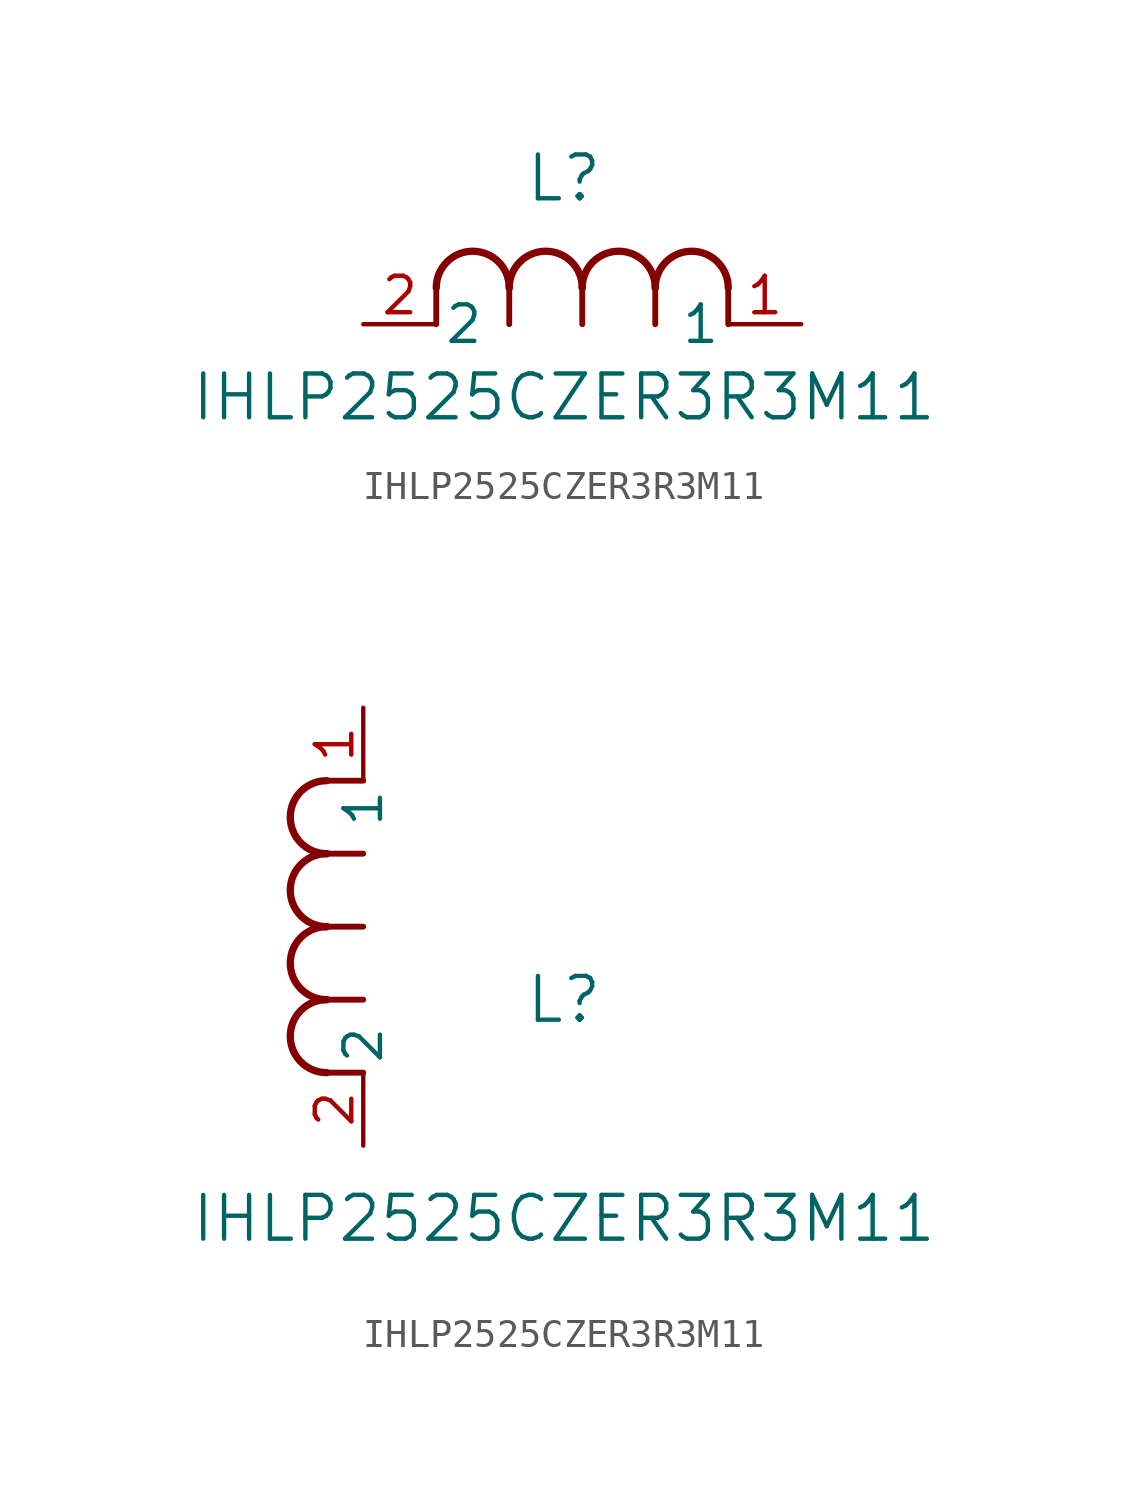
<source format=kicad_sym>
(kicad_symbol_lib
  (version 20211014)
  (generator kicad_symbol_editor)
  (symbol "IHLP2525CZER3R3M11"
    (pin_names
      (offset 0.254))
    (property "Reference" "L"
      (at 6.985 5.08 0)
      (effects (font (size 1.524 1.524))))
    (property "Value" "IHLP2525CZER3R3M11"
      (at 6.985 -2.54 0)
      (effects (font (size 1.524 1.524))))
    (symbol "IHLP2525CZER3R3M11_1_1"
      (arc (start 7.62 1.27) (mid 6.35 2.54) (end 5.08 1.27) (stroke (width 0.254) (type default) (color 0 0 0 0)) (fill (type none)))
      (polyline (pts (xy 5.08 0) (xy 5.08 1.27)) (stroke (width 0.203) (type default) (color 0 0 0 0)) (fill (type none)))
      (polyline (pts (xy 7.62 0) (xy 7.62 1.27)) (stroke (width 0.203) (type default) (color 0 0 0 0)) (fill (type none)))
      (polyline (pts (xy 12.7 0) (xy 12.7 1.27)) (stroke (width 0.203) (type default) (color 0 0 0 0)) (fill (type none)))
      (arc (start 5.08 1.27) (mid 3.81 2.54) (end 2.54 1.27) (stroke (width 0.254) (type default) (color 0 0 0 0)) (fill (type none)))
      (arc (start 10.16 1.27) (mid 8.89 2.54) (end 7.62 1.27) (stroke (width 0.254) (type default) (color 0 0 0 0)) (fill (type none)))
      (arc (start 12.7 1.27) (mid 11.43 2.54) (end 10.16 1.27) (stroke (width 0.254) (type default) (color 0 0 0 0)) (fill (type none)))
      (polyline (pts (xy 2.54 0) (xy 2.54 1.27)) (stroke (width 0.203) (type default) (color 0 0 0 0)) (fill (type none)))
      (polyline (pts (xy 10.16 0) (xy 10.16 1.27)) (stroke (width 0.203) (type default) (color 0 0 0 0)) (fill (type none)))
      (pin unspecified line (at 0 0 0) (length 2.54) (name "2" (effects (font (size 1.27 1.27)))) (number "2" (effects (font (size 1.27 1.27)))))
      (pin unspecified line (at 15.24 0 180) (length 2.54) (name "1" (effects (font (size 1.27 1.27)))) (number "1" (effects (font (size 1.27 1.27))))))
    (symbol "IHLP2525CZER3R3M11_1_2"
      (arc (start -1.27 7.62) (mid -2.54 6.35) (end -1.27 5.08) (stroke (width 0.254) (type default) (color 0 0 0 0)) (fill (type none)))
      (arc (start -1.27 5.08) (mid -2.54 3.81) (end -1.27 2.54) (stroke (width 0.254) (type default) (color 0 0 0 0)) (fill (type none)))
      (arc (start -1.27 12.7) (mid -2.54 11.43) (end -1.27 10.16) (stroke (width 0.254) (type default) (color 0 0 0 0)) (fill (type none)))
      (arc (start -1.27 10.16) (mid -2.54 8.89) (end -1.27 7.62) (stroke (width 0.254) (type default) (color 0 0 0 0)) (fill (type none)))
      (polyline (pts (xy 0 7.62) (xy -1.27 7.62)) (stroke (width 0.203) (type default) (color 0 0 0 0)) (fill (type none)))
      (polyline (pts (xy 0 5.08) (xy -1.27 5.08)) (stroke (width 0.203) (type default) (color 0 0 0 0)) (fill (type none)))
      (polyline (pts (xy 0 12.7) (xy -1.27 12.7)) (stroke (width 0.203) (type default) (color 0 0 0 0)) (fill (type none)))
      (polyline (pts (xy 0 2.54) (xy -1.27 2.54)) (stroke (width 0.203) (type default) (color 0 0 0 0)) (fill (type none)))
      (polyline (pts (xy 0 10.16) (xy -1.27 10.16)) (stroke (width 0.203) (type default) (color 0 0 0 0)) (fill (type none)))
      (pin unspecified line (at 0 0 90) (length 2.54) (name "2" (effects (font (size 1.27 1.27)))) (number "2" (effects (font (size 1.27 1.27)))))
      (pin unspecified line (at 0 15.24 270) (length 2.54) (name "1" (effects (font (size 1.27 1.27)))) (number "1" (effects (font (size 1.27 1.27))))))))
</source>
